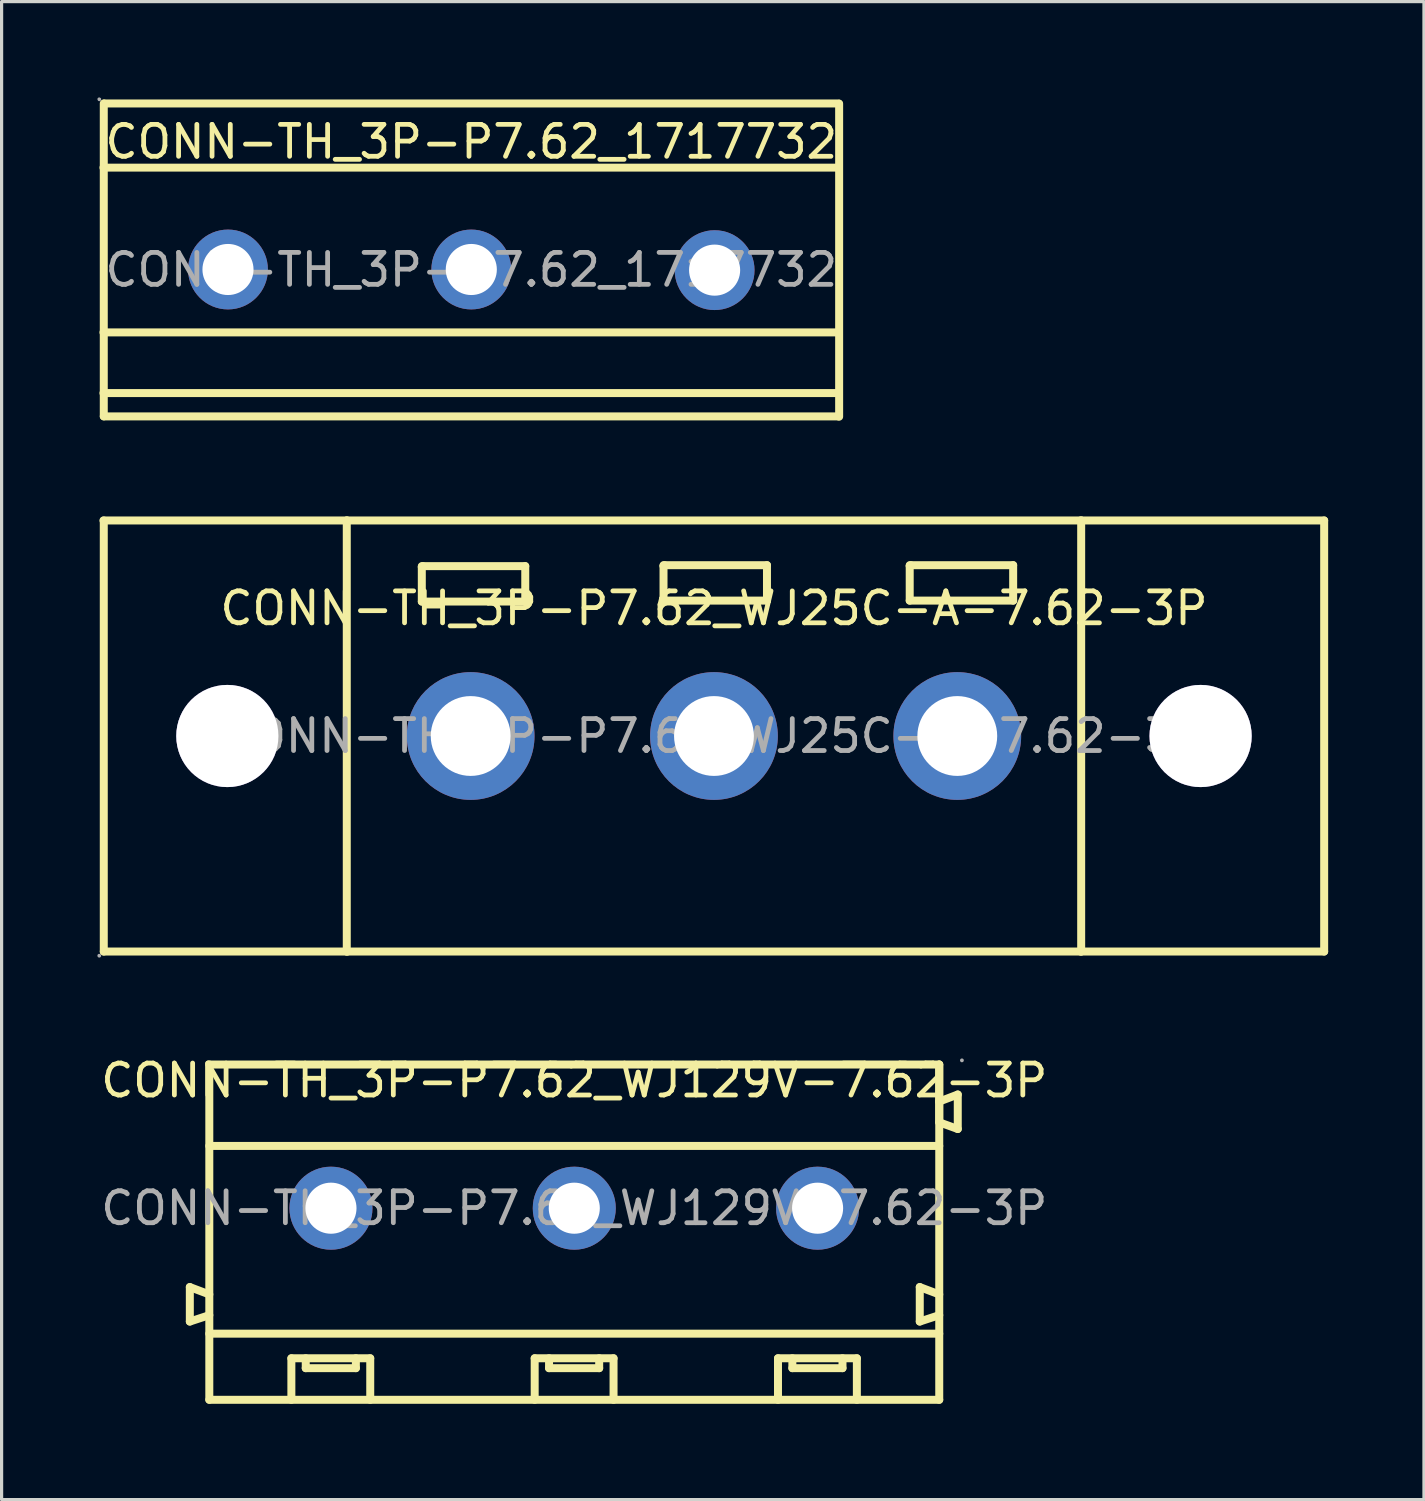
<source format=kicad_pcb>
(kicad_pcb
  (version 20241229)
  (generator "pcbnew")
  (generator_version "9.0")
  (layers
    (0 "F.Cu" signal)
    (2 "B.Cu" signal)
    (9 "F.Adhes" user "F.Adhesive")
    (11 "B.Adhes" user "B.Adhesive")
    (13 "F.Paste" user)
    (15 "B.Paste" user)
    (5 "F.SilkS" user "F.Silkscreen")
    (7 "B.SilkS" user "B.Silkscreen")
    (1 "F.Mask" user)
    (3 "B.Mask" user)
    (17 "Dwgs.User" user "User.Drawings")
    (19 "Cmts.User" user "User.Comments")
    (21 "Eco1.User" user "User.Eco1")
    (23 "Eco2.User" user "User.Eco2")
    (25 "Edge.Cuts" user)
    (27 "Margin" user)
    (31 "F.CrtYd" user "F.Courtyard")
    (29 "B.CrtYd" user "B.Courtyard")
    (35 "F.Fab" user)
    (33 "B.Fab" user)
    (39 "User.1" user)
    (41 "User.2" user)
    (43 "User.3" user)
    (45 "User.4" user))
  (footprint "CONN-TH_3P-P7.62_WJ129V-7.62-3P"
    (layer "F.Cu")
    (at 14.935 34.788)
    (property "Reference" "CONN-TH_3P-P7.62_WJ129V-7.62-3P" (at 0 -4 0) (layer "F.SilkS") (effects (font (size 1 1) (thickness 0.15))))
    (attr through_hole)
    (fp_line (start -12.04 2.47) (end -12.04 3.55) (stroke (width 0.25) (type solid)) (layer "F.SilkS"))
    (fp_line (start -12.04 3.55) (end -11.43 3.35) (stroke (width 0.25) (type solid)) (layer "F.SilkS"))
    (fp_line (start -11.43 -4.5) (end -11.43 6) (stroke (width 0.25) (type solid)) (layer "F.SilkS"))
    (fp_line (start -11.43 2.7) (end -12.04 2.47) (stroke (width 0.25) (type solid)) (layer "F.SilkS"))
    (fp_line (start -11.43 3.93) (end 11.43 3.93) (stroke (width 0.25) (type solid)) (layer "F.SilkS"))
    (fp_line (start -11.43 6) (end 11.43 6) (stroke (width 0.25) (type solid)) (layer "F.SilkS"))
    (fp_line (start -8.86 4.7) (end -6.39 4.7) (stroke (width 0.25) (type solid)) (layer "F.SilkS"))
    (fp_line (start -8.86 6) (end -8.86 4.7) (stroke (width 0.25) (type solid)) (layer "F.SilkS"))
    (fp_line (start -8.41 5.01) (end -8.41 4.7) (stroke (width 0.25) (type solid)) (layer "F.SilkS"))
    (fp_line (start -6.84 4.7) (end -6.84 5.01) (stroke (width 0.25) (type solid)) (layer "F.SilkS"))
    (fp_line (start -6.84 5.01) (end -8.41 5.01) (stroke (width 0.25) (type solid)) (layer "F.SilkS"))
    (fp_line (start -6.39 4.7) (end -6.39 6) (stroke (width 0.25) (type solid)) (layer "F.SilkS"))
    (fp_line (start -1.24 4.7) (end 1.23 4.7) (stroke (width 0.25) (type solid)) (layer "F.SilkS"))
    (fp_line (start -1.24 6) (end -1.24 4.7) (stroke (width 0.25) (type solid)) (layer "F.SilkS"))
    (fp_line (start -0.79 5.01) (end -0.79 4.7) (stroke (width 0.25) (type solid)) (layer "F.SilkS"))
    (fp_line (start 0.78 4.7) (end 0.78 5.01) (stroke (width 0.25) (type solid)) (layer "F.SilkS"))
    (fp_line (start 0.78 5.01) (end -0.79 5.01) (stroke (width 0.25) (type solid)) (layer "F.SilkS"))
    (fp_line (start 1.23 4.7) (end 1.23 6) (stroke (width 0.25) (type solid)) (layer "F.SilkS"))
    (fp_line (start 6.38 4.7) (end 6.38 6) (stroke (width 0.25) (type solid)) (layer "F.SilkS"))
    (fp_line (start 6.83 4.7) (end 6.83 5.01) (stroke (width 0.25) (type solid)) (layer "F.SilkS"))
    (fp_line (start 6.83 5.01) (end 8.4 5.01) (stroke (width 0.25) (type solid)) (layer "F.SilkS"))
    (fp_line (start 8.4 5.01) (end 8.4 4.7) (stroke (width 0.25) (type solid)) (layer "F.SilkS"))
    (fp_line (start 8.85 4.7) (end 6.38 4.7) (stroke (width 0.25) (type solid)) (layer "F.SilkS"))
    (fp_line (start 8.85 6) (end 8.85 4.7) (stroke (width 0.25) (type solid)) (layer "F.SilkS"))
    (fp_line (start 10.82 2.47) (end 10.82 3.55) (stroke (width 0.25) (type solid)) (layer "F.SilkS"))
    (fp_line (start 10.82 3.55) (end 11.43 3.35) (stroke (width 0.25) (type solid)) (layer "F.SilkS"))
    (fp_line (start 11.43 -4.5) (end -11.43 -4.5) (stroke (width 0.25) (type solid)) (layer "F.SilkS"))
    (fp_line (start 11.43 -4.5) (end 11.43 -3.34) (stroke (width 0.25) (type solid)) (layer "F.SilkS"))
    (fp_line (start 11.43 -3.34) (end 12.01 -3.56) (stroke (width 0.25) (type solid)) (layer "F.SilkS"))
    (fp_line (start 11.43 -2.69) (end 11.43 -3.34) (stroke (width 0.25) (type solid)) (layer "F.SilkS"))
    (fp_line (start 11.43 -1.95) (end -11.43 -1.95) (stroke (width 0.25) (type solid)) (layer "F.SilkS"))
    (fp_line (start 11.43 2.7) (end 10.82 2.47) (stroke (width 0.25) (type solid)) (layer "F.SilkS"))
    (fp_line (start 11.43 6) (end 11.43 -4.5) (stroke (width 0.25) (type solid)) (layer "F.SilkS"))
    (fp_line (start 12.01 -3.56) (end 12.01 -2.48) (stroke (width 0.25) (type solid)) (layer "F.SilkS"))
    (fp_line (start 12.01 -2.48) (end 11.43 -2.69) (stroke (width 0.25) (type solid)) (layer "F.SilkS"))
    (fp_circle (center -7.62 0) (end -7.27 0) (stroke (width 0.7) (type solid)) (fill no) (layer "F.Fab"))
    (fp_circle (center 0 0) (end 0.35 0) (stroke (width 0.7) (type solid)) (fill no) (layer "F.Fab"))
    (fp_circle (center 7.62 0) (end 7.97 0) (stroke (width 0.7) (type solid)) (fill no) (layer "F.Fab"))
    (fp_circle (center 12.14 -4.63) (end 12.17 -4.63) (stroke (width 0.06) (type solid)) (fill no) (layer "F.Fab"))
    (fp_text user "${REFERENCE}" (at 0 0 0) (layer "F.Fab") (effects (font (size 1 1) (thickness 0.15))))
    (pad "1" thru_hole circle (at 7.62 0 180) (size 2.6 2.6) (drill 1.6) (layers "*.Cu" "*.Paste" "*.Mask"))
    (pad "2" thru_hole circle (at 0 0 180) (size 2.6 2.6) (drill 1.6) (layers "*.Cu" "*.Paste" "*.Mask"))
    (pad "3" thru_hole circle (at -7.62 0 180) (size 2.6 2.6) (drill 1.6) (layers "*.Cu" "*.Paste" "*.Mask")))
  (footprint "CONN-TH_3P-P7.62_WJ25C-A-7.62-3P"
    (layer "F.Cu")
    (at 19.31 20)
    (property "Reference" "CONN-TH_3P-P7.62_WJ25C-A-7.62-3P" (at 0 -4 0) (layer "F.SilkS") (effects (font (size 1 1) (thickness 0.15))))
    (attr through_hole)
    (fp_line (start -19.11 -6.75) (end -19.11 6.75) (stroke (width 0.25) (type solid)) (layer "F.SilkS"))
    (fp_line (start -11.5 -6.75) (end -11.5 6.75) (stroke (width 0.25) (type solid)) (layer "F.SilkS"))
    (fp_line (start -11.5 -6.75) (end 11.5 -6.75) (stroke (width 0.25) (type solid)) (layer "F.SilkS"))
    (fp_line (start -11.5 6.75) (end 11.5 6.75) (stroke (width 0.25) (type solid)) (layer "F.SilkS"))
    (fp_line (start -11.49 -6.75) (end -19.12 -6.75) (stroke (width 0.25) (type solid)) (layer "F.SilkS"))
    (fp_line (start -11.48 6.75) (end -19.11 6.75) (stroke (width 0.25) (type solid)) (layer "F.SilkS"))
    (fp_line (start -9.15 -5.32) (end -5.91 -5.32) (stroke (width 0.25) (type solid)) (layer "F.SilkS"))
    (fp_line (start -9.15 -5.29) (end -9.12 -5.32) (stroke (width 0.25) (type solid)) (layer "F.SilkS"))
    (fp_line (start -9.15 -4.21) (end -9.15 -5.29) (stroke (width 0.25) (type solid)) (layer "F.SilkS"))
    (fp_line (start -5.91 -5.32) (end -5.91 -4.21) (stroke (width 0.25) (type solid)) (layer "F.SilkS"))
    (fp_line (start -5.91 -4.21) (end -9.15 -4.21) (stroke (width 0.25) (type solid)) (layer "F.SilkS"))
    (fp_line (start -1.58 -5.35) (end 1.66 -5.35) (stroke (width 0.25) (type solid)) (layer "F.SilkS"))
    (fp_line (start -1.58 -5.32) (end -1.55 -5.35) (stroke (width 0.25) (type solid)) (layer "F.SilkS"))
    (fp_line (start -1.58 -4.24) (end -1.58 -5.32) (stroke (width 0.25) (type solid)) (layer "F.SilkS"))
    (fp_line (start 1.66 -5.35) (end 1.66 -4.24) (stroke (width 0.25) (type solid)) (layer "F.SilkS"))
    (fp_line (start 1.66 -4.24) (end -1.58 -4.24) (stroke (width 0.25) (type solid)) (layer "F.SilkS"))
    (fp_line (start 6.13 -5.35) (end 9.37 -5.35) (stroke (width 0.25) (type solid)) (layer "F.SilkS"))
    (fp_line (start 6.13 -5.32) (end 6.16 -5.35) (stroke (width 0.25) (type solid)) (layer "F.SilkS"))
    (fp_line (start 6.13 -4.24) (end 6.13 -5.32) (stroke (width 0.25) (type solid)) (layer "F.SilkS"))
    (fp_line (start 9.37 -5.35) (end 9.37 -4.24) (stroke (width 0.25) (type solid)) (layer "F.SilkS"))
    (fp_line (start 9.37 -4.24) (end 6.13 -4.24) (stroke (width 0.25) (type solid)) (layer "F.SilkS"))
    (fp_line (start 11.48 -6.75) (end 19.11 -6.75) (stroke (width 0.25) (type solid)) (layer "F.SilkS"))
    (fp_line (start 11.48 6.75) (end 19.11 6.75) (stroke (width 0.25) (type solid)) (layer "F.SilkS"))
    (fp_line (start 11.5 -6.75) (end 11.5 6.75) (stroke (width 0.25) (type solid)) (layer "F.SilkS"))
    (fp_line (start 19.11 6.75) (end 19.11 -6.75) (stroke (width 0.25) (type solid)) (layer "F.SilkS"))
    (fp_circle (center -19.25 6.88) (end -19.22 6.88) (stroke (width 0.06) (type solid)) (fill no) (layer "F.Fab"))
    (fp_circle (center -15.24 0) (end -14.49 0) (stroke (width 1.5) (type solid)) (fill no) (layer "F.Fab"))
    (fp_circle (center -7.62 0) (end -7.04 0) (stroke (width 1.15) (type solid)) (fill no) (layer "F.Fab"))
    (fp_circle (center 0 0) (end 0.58 0) (stroke (width 1.15) (type solid)) (fill no) (layer "F.Fab"))
    (fp_circle (center 7.62 0) (end 8.2 0) (stroke (width 1.15) (type solid)) (fill no) (layer "F.Fab"))
    (fp_circle (center 15.24 0) (end 15.99 0) (stroke (width 1.5) (type solid)) (fill no) (layer "F.Fab"))
    (fp_text user "${REFERENCE}" (at 0 0 0) (layer "F.Fab") (effects (font (size 1 1) (thickness 0.15))))
    (pad "" thru_hole circle (at -15.24 0) (size 3.2 3.2) (drill 3.2) (layers "*.Cu" "*.Mask"))
    (pad "" thru_hole circle (at 15.24 0) (size 3.2 3.2) (drill 3.2) (layers "*.Cu" "*.Mask"))
    (pad "1" thru_hole circle (at -7.62 0) (size 4 4) (drill 2.5) (layers "*.Cu" "*.Paste" "*.Mask"))
    (pad "2" thru_hole circle (at 0 0) (size 4 4) (drill 2.5) (layers "*.Cu" "*.Paste" "*.Mask"))
    (pad "3" thru_hole circle (at 7.62 0) (size 4 4) (drill 2.5) (layers "*.Cu" "*.Paste" "*.Mask")))
  (footprint "CONN-TH_3P-P7.62_1717732"
    (layer "F.Cu")
    (at 11.71 5.4)
    (property "Reference" "CONN-TH_3P-P7.62_1717732" (at 0 -4.01 0) (layer "F.SilkS") (effects (font (size 1 1) (thickness 0.15))))
    (attr through_hole)
    (fp_line (start -11.52 -3.2) (end 11.48 -3.2) (stroke (width 0.25) (type solid)) (layer "F.SilkS"))
    (fp_line (start -11.52 1.96) (end 11.48 1.96) (stroke (width 0.25) (type solid)) (layer "F.SilkS"))
    (fp_line (start -11.52 3.86) (end 11.48 3.86) (stroke (width 0.25) (type solid)) (layer "F.SilkS"))
    (fp_line (start -11.51 -5.21) (end -11.51 4.59) (stroke (width 0.25) (type solid)) (layer "F.SilkS"))
    (fp_line (start -11.51 4.59) (end 11.49 4.59) (stroke (width 0.25) (type solid)) (layer "F.SilkS"))
    (fp_line (start -11.49 -5.21) (end 11.51 -5.21) (stroke (width 0.25) (type solid)) (layer "F.SilkS"))
    (fp_line (start 11.52 -5.2) (end 11.52 4.6) (stroke (width 0.25) (type solid)) (layer "F.SilkS"))
    (fp_circle (center -11.65 -5.34) (end -11.62 -5.34) (stroke (width 0.06) (type solid)) (fill no) (layer "F.Fab"))
    (fp_circle (center -7.62 -0.01) (end -7.27 -0.01) (stroke (width 0.7) (type solid)) (fill no) (layer "F.Fab"))
    (fp_circle (center 0 -0.01) (end 0.35 -0.01) (stroke (width 0.7) (type solid)) (fill no) (layer "F.Fab"))
    (fp_circle (center 7.62 0.01) (end 7.97 0.01) (stroke (width 0.7) (type solid)) (fill no) (layer "F.Fab"))
    (fp_text user "${REFERENCE}" (at 0 0 0) (layer "F.Fab") (effects (font (size 1 1) (thickness 0.15))))
    (pad "1" thru_hole circle (at -7.62 -0.01) (size 2.5 2.5) (drill 1.6) (layers "*.Cu" "*.Paste" "*.Mask"))
    (pad "2" thru_hole circle (at 0 -0.01) (size 2.5 2.5) (drill 1.6) (layers "*.Cu" "*.Paste" "*.Mask"))
    (pad "3" thru_hole circle (at 7.62 0.01) (size 2.5 2.5) (drill 1.6) (layers "*.Cu" "*.Paste" "*.Mask")))
  (gr_rect
    (start -3 -3)
    (end 41.545 43.913)
    (stroke (width 0.1) (type default))
    (fill no)
    (layer "Edge.Cuts")))
</source>
